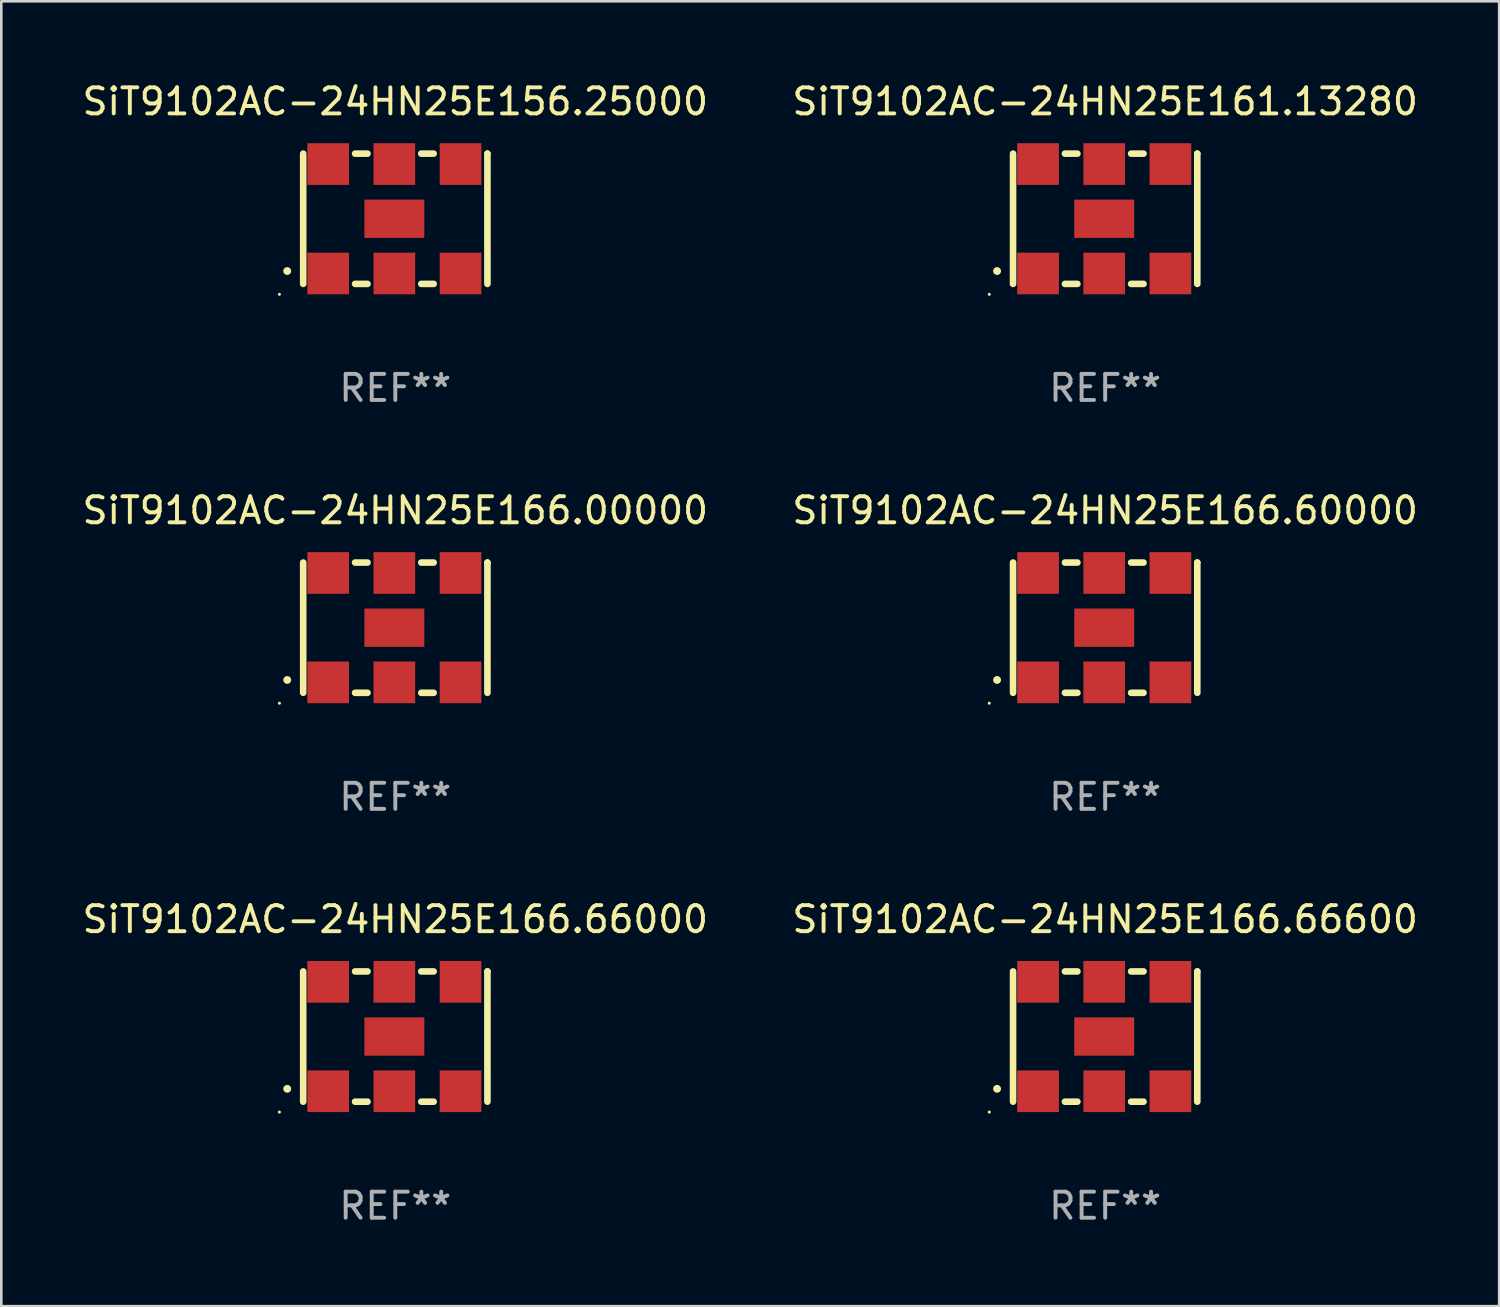
<source format=kicad_pcb>
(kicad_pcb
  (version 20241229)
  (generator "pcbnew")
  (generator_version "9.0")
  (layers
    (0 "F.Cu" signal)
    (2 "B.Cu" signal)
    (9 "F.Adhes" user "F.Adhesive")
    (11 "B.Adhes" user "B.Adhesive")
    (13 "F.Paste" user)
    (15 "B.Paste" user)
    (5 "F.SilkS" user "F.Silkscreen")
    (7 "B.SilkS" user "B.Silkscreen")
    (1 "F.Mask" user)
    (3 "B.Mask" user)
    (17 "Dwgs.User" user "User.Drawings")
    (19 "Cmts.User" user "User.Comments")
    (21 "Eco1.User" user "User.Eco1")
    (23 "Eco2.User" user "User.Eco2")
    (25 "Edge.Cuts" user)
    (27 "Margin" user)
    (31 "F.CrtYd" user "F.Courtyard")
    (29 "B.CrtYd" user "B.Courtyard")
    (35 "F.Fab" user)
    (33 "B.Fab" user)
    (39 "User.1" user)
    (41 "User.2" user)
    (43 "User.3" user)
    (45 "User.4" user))
  (footprint "SiT9102AC-24HN25E166.00000"
    (layer "F.Cu")
    (at 12.125 21.045)
    (property "Reference" "SiT9102AC-24HN25E166.00000" (at 0 -4.5 0) (layer "F.SilkS") (effects (font (size 1 1) (thickness 0.15))))
    (attr through_hole)
    (fp_line (start -3.536 -2.5) (end -3.536 2.5) (stroke (width 0.254) (type solid)) (layer "F.SilkS"))
    (fp_line (start -1.544 2.5) (end -1.067 2.5) (stroke (width 0.254) (type solid)) (layer "F.SilkS"))
    (fp_line (start -1.067 -2.5) (end -1.544 -2.5) (stroke (width 0.254) (type solid)) (layer "F.SilkS"))
    (fp_line (start 0.996 2.5) (end 1.473 2.5) (stroke (width 0.254) (type solid)) (layer "F.SilkS"))
    (fp_line (start 1.473 -2.5) (end 0.996 -2.5) (stroke (width 0.254) (type solid)) (layer "F.SilkS"))
    (fp_line (start 3.536 -2.5) (end 3.536 -2.5) (stroke (width 0.254) (type solid)) (layer "F.SilkS"))
    (fp_line (start 3.536 2.5) (end 3.536 -2.5) (stroke (width 0.254) (type solid)) (layer "F.SilkS"))
    (fp_arc (start -4.150432 2.006604) (mid -4.149162 2.006599) (end -4.147892 2.006604) (stroke (width 0.3) (type solid)) (layer "F.SilkS"))
    (fp_circle (center -4.449 2.9) (end -4.419 2.9) (stroke (width 0.06) (type solid)) (fill no) (layer "F.SilkS"))
    (fp_text user "REF**" (at 0 6.5 0) (layer "F.Fab") (effects (font (size 1 1) (thickness 0.15))))
    (pad "1" smd rect (at -2.576 2.1) (size 1.6 1.6) (layers "F.Cu" "F.Mask" "F.Paste"))
    (pad "2" smd rect (at -0.036 2.1) (size 1.6 1.6) (layers "F.Cu" "F.Mask" "F.Paste"))
    (pad "3" smd rect (at 2.504 2.1) (size 1.6 1.6) (layers "F.Cu" "F.Mask" "F.Paste"))
    (pad "4" smd rect (at 2.504 -2.1) (size 1.6 1.6) (layers "F.Cu" "F.Mask" "F.Paste"))
    (pad "5" smd rect (at -0.036 -2.1) (size 1.6 1.6) (layers "F.Cu" "F.Mask" "F.Paste"))
    (pad "6" smd rect (at -2.576 -2.1) (size 1.6 1.6) (layers "F.Cu" "F.Mask" "F.Paste"))
    (pad "7" smd rect (at -0.036 0) (size 2.3 1.47) (layers "F.Cu" "F.Mask" "F.Paste")))
  (footprint "SiT9102AC-24HN25E161.13280"
    (layer "F.Cu")
    (at 39.375 5.348)
    (property "Reference" "SiT9102AC-24HN25E161.13280" (at 0 -4.5 0) (layer "F.SilkS") (effects (font (size 1 1) (thickness 0.15))))
    (attr through_hole)
    (fp_line (start -3.536 -2.5) (end -3.536 2.5) (stroke (width 0.254) (type solid)) (layer "F.SilkS"))
    (fp_line (start -1.544 2.5) (end -1.067 2.5) (stroke (width 0.254) (type solid)) (layer "F.SilkS"))
    (fp_line (start -1.067 -2.5) (end -1.544 -2.5) (stroke (width 0.254) (type solid)) (layer "F.SilkS"))
    (fp_line (start 0.996 2.5) (end 1.473 2.5) (stroke (width 0.254) (type solid)) (layer "F.SilkS"))
    (fp_line (start 1.473 -2.5) (end 0.996 -2.5) (stroke (width 0.254) (type solid)) (layer "F.SilkS"))
    (fp_line (start 3.536 -2.5) (end 3.536 -2.5) (stroke (width 0.254) (type solid)) (layer "F.SilkS"))
    (fp_line (start 3.536 2.5) (end 3.536 -2.5) (stroke (width 0.254) (type solid)) (layer "F.SilkS"))
    (fp_arc (start -4.150432 2.006604) (mid -4.149162 2.006599) (end -4.147892 2.006604) (stroke (width 0.3) (type solid)) (layer "F.SilkS"))
    (fp_circle (center -4.449 2.9) (end -4.419 2.9) (stroke (width 0.06) (type solid)) (fill no) (layer "F.SilkS"))
    (fp_text user "REF**" (at 0 6.5 0) (layer "F.Fab") (effects (font (size 1 1) (thickness 0.15))))
    (pad "1" smd rect (at -2.576 2.1) (size 1.6 1.6) (layers "F.Cu" "F.Mask" "F.Paste"))
    (pad "2" smd rect (at -0.036 2.1) (size 1.6 1.6) (layers "F.Cu" "F.Mask" "F.Paste"))
    (pad "3" smd rect (at 2.504 2.1) (size 1.6 1.6) (layers "F.Cu" "F.Mask" "F.Paste"))
    (pad "4" smd rect (at 2.504 -2.1) (size 1.6 1.6) (layers "F.Cu" "F.Mask" "F.Paste"))
    (pad "5" smd rect (at -0.036 -2.1) (size 1.6 1.6) (layers "F.Cu" "F.Mask" "F.Paste"))
    (pad "6" smd rect (at -2.576 -2.1) (size 1.6 1.6) (layers "F.Cu" "F.Mask" "F.Paste"))
    (pad "7" smd rect (at -0.036 0) (size 2.3 1.47) (layers "F.Cu" "F.Mask" "F.Paste")))
  (footprint "SiT9102AC-24HN25E166.60000"
    (layer "F.Cu")
    (at 39.375 21.045)
    (property "Reference" "SiT9102AC-24HN25E166.60000" (at 0 -4.5 0) (layer "F.SilkS") (effects (font (size 1 1) (thickness 0.15))))
    (attr through_hole)
    (fp_line (start -3.536 -2.5) (end -3.536 2.5) (stroke (width 0.254) (type solid)) (layer "F.SilkS"))
    (fp_line (start -1.544 2.5) (end -1.067 2.5) (stroke (width 0.254) (type solid)) (layer "F.SilkS"))
    (fp_line (start -1.067 -2.5) (end -1.544 -2.5) (stroke (width 0.254) (type solid)) (layer "F.SilkS"))
    (fp_line (start 0.996 2.5) (end 1.473 2.5) (stroke (width 0.254) (type solid)) (layer "F.SilkS"))
    (fp_line (start 1.473 -2.5) (end 0.996 -2.5) (stroke (width 0.254) (type solid)) (layer "F.SilkS"))
    (fp_line (start 3.536 -2.5) (end 3.536 -2.5) (stroke (width 0.254) (type solid)) (layer "F.SilkS"))
    (fp_line (start 3.536 2.5) (end 3.536 -2.5) (stroke (width 0.254) (type solid)) (layer "F.SilkS"))
    (fp_arc (start -4.150432 2.006604) (mid -4.149162 2.006599) (end -4.147892 2.006604) (stroke (width 0.3) (type solid)) (layer "F.SilkS"))
    (fp_circle (center -4.449 2.9) (end -4.419 2.9) (stroke (width 0.06) (type solid)) (fill no) (layer "F.SilkS"))
    (fp_text user "REF**" (at 0 6.5 0) (layer "F.Fab") (effects (font (size 1 1) (thickness 0.15))))
    (pad "1" smd rect (at -2.576 2.1) (size 1.6 1.6) (layers "F.Cu" "F.Mask" "F.Paste"))
    (pad "2" smd rect (at -0.036 2.1) (size 1.6 1.6) (layers "F.Cu" "F.Mask" "F.Paste"))
    (pad "3" smd rect (at 2.504 2.1) (size 1.6 1.6) (layers "F.Cu" "F.Mask" "F.Paste"))
    (pad "4" smd rect (at 2.504 -2.1) (size 1.6 1.6) (layers "F.Cu" "F.Mask" "F.Paste"))
    (pad "5" smd rect (at -0.036 -2.1) (size 1.6 1.6) (layers "F.Cu" "F.Mask" "F.Paste"))
    (pad "6" smd rect (at -2.576 -2.1) (size 1.6 1.6) (layers "F.Cu" "F.Mask" "F.Paste"))
    (pad "7" smd rect (at -0.036 0) (size 2.3 1.47) (layers "F.Cu" "F.Mask" "F.Paste")))
  (footprint "SiT9102AC-24HN25E166.66000"
    (layer "F.Cu")
    (at 12.125 36.741)
    (property "Reference" "SiT9102AC-24HN25E166.66000" (at 0 -4.5 0) (layer "F.SilkS") (effects (font (size 1 1) (thickness 0.15))))
    (attr through_hole)
    (fp_line (start -3.536 -2.5) (end -3.536 2.5) (stroke (width 0.254) (type solid)) (layer "F.SilkS"))
    (fp_line (start -1.544 2.5) (end -1.067 2.5) (stroke (width 0.254) (type solid)) (layer "F.SilkS"))
    (fp_line (start -1.067 -2.5) (end -1.544 -2.5) (stroke (width 0.254) (type solid)) (layer "F.SilkS"))
    (fp_line (start 0.996 2.5) (end 1.473 2.5) (stroke (width 0.254) (type solid)) (layer "F.SilkS"))
    (fp_line (start 1.473 -2.5) (end 0.996 -2.5) (stroke (width 0.254) (type solid)) (layer "F.SilkS"))
    (fp_line (start 3.536 -2.5) (end 3.536 -2.5) (stroke (width 0.254) (type solid)) (layer "F.SilkS"))
    (fp_line (start 3.536 2.5) (end 3.536 -2.5) (stroke (width 0.254) (type solid)) (layer "F.SilkS"))
    (fp_arc (start -4.150432 2.006604) (mid -4.149162 2.006599) (end -4.147892 2.006604) (stroke (width 0.3) (type solid)) (layer "F.SilkS"))
    (fp_circle (center -4.449 2.9) (end -4.419 2.9) (stroke (width 0.06) (type solid)) (fill no) (layer "F.SilkS"))
    (fp_text user "REF**" (at 0 6.5 0) (layer "F.Fab") (effects (font (size 1 1) (thickness 0.15))))
    (pad "1" smd rect (at -2.576 2.1) (size 1.6 1.6) (layers "F.Cu" "F.Mask" "F.Paste"))
    (pad "2" smd rect (at -0.036 2.1) (size 1.6 1.6) (layers "F.Cu" "F.Mask" "F.Paste"))
    (pad "3" smd rect (at 2.504 2.1) (size 1.6 1.6) (layers "F.Cu" "F.Mask" "F.Paste"))
    (pad "4" smd rect (at 2.504 -2.1) (size 1.6 1.6) (layers "F.Cu" "F.Mask" "F.Paste"))
    (pad "5" smd rect (at -0.036 -2.1) (size 1.6 1.6) (layers "F.Cu" "F.Mask" "F.Paste"))
    (pad "6" smd rect (at -2.576 -2.1) (size 1.6 1.6) (layers "F.Cu" "F.Mask" "F.Paste"))
    (pad "7" smd rect (at -0.036 0) (size 2.3 1.47) (layers "F.Cu" "F.Mask" "F.Paste")))
  (footprint "SiT9102AC-24HN25E156.25000"
    (layer "F.Cu")
    (at 12.125 5.348)
    (property "Reference" "SiT9102AC-24HN25E156.25000" (at 0 -4.5 0) (layer "F.SilkS") (effects (font (size 1 1) (thickness 0.15))))
    (attr through_hole)
    (fp_line (start -3.536 -2.5) (end -3.536 2.5) (stroke (width 0.254) (type solid)) (layer "F.SilkS"))
    (fp_line (start -1.544 2.5) (end -1.067 2.5) (stroke (width 0.254) (type solid)) (layer "F.SilkS"))
    (fp_line (start -1.067 -2.5) (end -1.544 -2.5) (stroke (width 0.254) (type solid)) (layer "F.SilkS"))
    (fp_line (start 0.996 2.5) (end 1.473 2.5) (stroke (width 0.254) (type solid)) (layer "F.SilkS"))
    (fp_line (start 1.473 -2.5) (end 0.996 -2.5) (stroke (width 0.254) (type solid)) (layer "F.SilkS"))
    (fp_line (start 3.536 -2.5) (end 3.536 -2.5) (stroke (width 0.254) (type solid)) (layer "F.SilkS"))
    (fp_line (start 3.536 2.5) (end 3.536 -2.5) (stroke (width 0.254) (type solid)) (layer "F.SilkS"))
    (fp_arc (start -4.150432 2.006604) (mid -4.149162 2.006599) (end -4.147892 2.006604) (stroke (width 0.3) (type solid)) (layer "F.SilkS"))
    (fp_circle (center -4.449 2.9) (end -4.419 2.9) (stroke (width 0.06) (type solid)) (fill no) (layer "F.SilkS"))
    (fp_text user "REF**" (at 0 6.5 0) (layer "F.Fab") (effects (font (size 1 1) (thickness 0.15))))
    (pad "1" smd rect (at -2.576 2.1) (size 1.6 1.6) (layers "F.Cu" "F.Mask" "F.Paste"))
    (pad "2" smd rect (at -0.036 2.1) (size 1.6 1.6) (layers "F.Cu" "F.Mask" "F.Paste"))
    (pad "3" smd rect (at 2.504 2.1) (size 1.6 1.6) (layers "F.Cu" "F.Mask" "F.Paste"))
    (pad "4" smd rect (at 2.504 -2.1) (size 1.6 1.6) (layers "F.Cu" "F.Mask" "F.Paste"))
    (pad "5" smd rect (at -0.036 -2.1) (size 1.6 1.6) (layers "F.Cu" "F.Mask" "F.Paste"))
    (pad "6" smd rect (at -2.576 -2.1) (size 1.6 1.6) (layers "F.Cu" "F.Mask" "F.Paste"))
    (pad "7" smd rect (at -0.036 0) (size 2.3 1.47) (layers "F.Cu" "F.Mask" "F.Paste")))
  (footprint "SiT9102AC-24HN25E166.66600"
    (layer "F.Cu")
    (at 39.375 36.741)
    (property "Reference" "SiT9102AC-24HN25E166.66600" (at 0 -4.5 0) (layer "F.SilkS") (effects (font (size 1 1) (thickness 0.15))))
    (attr through_hole)
    (fp_line (start -3.536 -2.5) (end -3.536 2.5) (stroke (width 0.254) (type solid)) (layer "F.SilkS"))
    (fp_line (start -1.544 2.5) (end -1.067 2.5) (stroke (width 0.254) (type solid)) (layer "F.SilkS"))
    (fp_line (start -1.067 -2.5) (end -1.544 -2.5) (stroke (width 0.254) (type solid)) (layer "F.SilkS"))
    (fp_line (start 0.996 2.5) (end 1.473 2.5) (stroke (width 0.254) (type solid)) (layer "F.SilkS"))
    (fp_line (start 1.473 -2.5) (end 0.996 -2.5) (stroke (width 0.254) (type solid)) (layer "F.SilkS"))
    (fp_line (start 3.536 -2.5) (end 3.536 -2.5) (stroke (width 0.254) (type solid)) (layer "F.SilkS"))
    (fp_line (start 3.536 2.5) (end 3.536 -2.5) (stroke (width 0.254) (type solid)) (layer "F.SilkS"))
    (fp_arc (start -4.150432 2.006604) (mid -4.149162 2.006599) (end -4.147892 2.006604) (stroke (width 0.3) (type solid)) (layer "F.SilkS"))
    (fp_circle (center -4.449 2.9) (end -4.419 2.9) (stroke (width 0.06) (type solid)) (fill no) (layer "F.SilkS"))
    (fp_text user "REF**" (at 0 6.5 0) (layer "F.Fab") (effects (font (size 1 1) (thickness 0.15))))
    (pad "1" smd rect (at -2.576 2.1) (size 1.6 1.6) (layers "F.Cu" "F.Mask" "F.Paste"))
    (pad "2" smd rect (at -0.036 2.1) (size 1.6 1.6) (layers "F.Cu" "F.Mask" "F.Paste"))
    (pad "3" smd rect (at 2.504 2.1) (size 1.6 1.6) (layers "F.Cu" "F.Mask" "F.Paste"))
    (pad "4" smd rect (at 2.504 -2.1) (size 1.6 1.6) (layers "F.Cu" "F.Mask" "F.Paste"))
    (pad "5" smd rect (at -0.036 -2.1) (size 1.6 1.6) (layers "F.Cu" "F.Mask" "F.Paste"))
    (pad "6" smd rect (at -2.576 -2.1) (size 1.6 1.6) (layers "F.Cu" "F.Mask" "F.Paste"))
    (pad "7" smd rect (at -0.036 0) (size 2.3 1.47) (layers "F.Cu" "F.Mask" "F.Paste")))
  (gr_rect
    (start -3 -3)
    (end 54.5 47.09)
    (stroke (width 0.1) (type default))
    (fill no)
    (layer "Edge.Cuts")))
</source>
